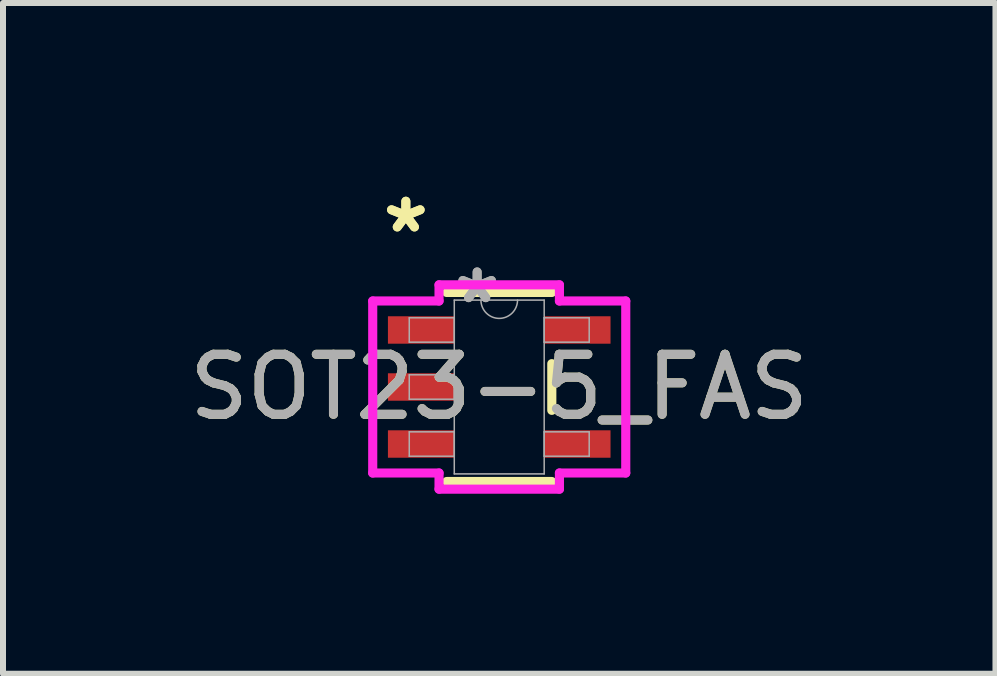
<source format=kicad_pcb>
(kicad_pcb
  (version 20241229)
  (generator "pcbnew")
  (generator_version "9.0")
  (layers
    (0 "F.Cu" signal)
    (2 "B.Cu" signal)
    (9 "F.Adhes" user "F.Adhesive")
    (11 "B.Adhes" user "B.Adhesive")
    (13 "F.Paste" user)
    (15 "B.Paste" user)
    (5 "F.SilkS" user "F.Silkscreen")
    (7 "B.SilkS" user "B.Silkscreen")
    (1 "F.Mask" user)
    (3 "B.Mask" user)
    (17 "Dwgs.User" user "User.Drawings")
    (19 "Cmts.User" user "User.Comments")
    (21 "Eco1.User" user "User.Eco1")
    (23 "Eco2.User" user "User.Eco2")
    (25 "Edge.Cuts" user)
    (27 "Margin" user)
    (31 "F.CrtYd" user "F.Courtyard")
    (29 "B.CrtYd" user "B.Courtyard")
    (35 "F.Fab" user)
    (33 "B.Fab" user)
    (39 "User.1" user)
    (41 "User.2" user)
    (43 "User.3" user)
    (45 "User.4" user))
  (footprint "SOT23-5_FAS"
    (layer "F.Cu")
    (at 5.268 3.398)
    (property "Reference" "SOT23-5_FAS" (at 0 0 0) (unlocked yes) (layer "F.SilkS") (effects (font (size 1 1) (thickness 0.15))))
    (attr smd)
    (fp_line (start -0.876 1.575) (end 0.876 1.575) (stroke (width 0.152) (type solid)) (layer "F.SilkS"))
    (fp_line (start 0.876 -1.575) (end -0.876 -1.575) (stroke (width 0.152) (type solid)) (layer "F.SilkS"))
    (fp_line (start 0.876 0.389) (end 0.876 -0.389) (stroke (width 0.152) (type solid)) (layer "F.SilkS"))
    (fp_line (start -2.108 -1.433) (end -1.003 -1.433) (stroke (width 0.152) (type solid)) (layer "F.CrtYd"))
    (fp_line (start -2.108 1.433) (end -2.108 -1.433) (stroke (width 0.152) (type solid)) (layer "F.CrtYd"))
    (fp_line (start -2.108 1.433) (end -1.003 1.433) (stroke (width 0.152) (type solid)) (layer "F.CrtYd"))
    (fp_line (start -1.003 -1.702) (end 1.003 -1.702) (stroke (width 0.152) (type solid)) (layer "F.CrtYd"))
    (fp_line (start -1.003 -1.433) (end -1.003 -1.702) (stroke (width 0.152) (type solid)) (layer "F.CrtYd"))
    (fp_line (start -1.003 1.702) (end -1.003 1.433) (stroke (width 0.152) (type solid)) (layer "F.CrtYd"))
    (fp_line (start 1.003 -1.702) (end 1.003 -1.433) (stroke (width 0.152) (type solid)) (layer "F.CrtYd"))
    (fp_line (start 1.003 1.433) (end 1.003 1.702) (stroke (width 0.152) (type solid)) (layer "F.CrtYd"))
    (fp_line (start 1.003 1.702) (end -1.003 1.702) (stroke (width 0.152) (type solid)) (layer "F.CrtYd"))
    (fp_line (start 2.108 -1.433) (end 1.003 -1.433) (stroke (width 0.152) (type solid)) (layer "F.CrtYd"))
    (fp_line (start 2.108 -1.433) (end 2.108 1.433) (stroke (width 0.152) (type solid)) (layer "F.CrtYd"))
    (fp_line (start 2.108 1.433) (end 1.003 1.433) (stroke (width 0.152) (type solid)) (layer "F.CrtYd"))
    (fp_line (start -1.499 -1.153) (end -1.499 -0.747) (stroke (width 0.025) (type solid)) (layer "F.Fab"))
    (fp_line (start -1.499 -0.747) (end -0.749 -0.747) (stroke (width 0.025) (type solid)) (layer "F.Fab"))
    (fp_line (start -1.499 -0.203) (end -1.499 0.203) (stroke (width 0.025) (type solid)) (layer "F.Fab"))
    (fp_line (start -1.499 0.203) (end -0.749 0.203) (stroke (width 0.025) (type solid)) (layer "F.Fab"))
    (fp_line (start -1.499 0.747) (end -1.499 1.153) (stroke (width 0.025) (type solid)) (layer "F.Fab"))
    (fp_line (start -1.499 1.153) (end -0.749 1.153) (stroke (width 0.025) (type solid)) (layer "F.Fab"))
    (fp_line (start -0.749 -1.448) (end -0.749 1.448) (stroke (width 0.025) (type solid)) (layer "F.Fab"))
    (fp_line (start -0.749 -1.153) (end -1.499 -1.153) (stroke (width 0.025) (type solid)) (layer "F.Fab"))
    (fp_line (start -0.749 -0.747) (end -0.749 -1.153) (stroke (width 0.025) (type solid)) (layer "F.Fab"))
    (fp_line (start -0.749 -0.203) (end -1.499 -0.203) (stroke (width 0.025) (type solid)) (layer "F.Fab"))
    (fp_line (start -0.749 0.203) (end -0.749 -0.203) (stroke (width 0.025) (type solid)) (layer "F.Fab"))
    (fp_line (start -0.749 0.747) (end -1.499 0.747) (stroke (width 0.025) (type solid)) (layer "F.Fab"))
    (fp_line (start -0.749 1.153) (end -0.749 0.747) (stroke (width 0.025) (type solid)) (layer "F.Fab"))
    (fp_line (start -0.749 1.448) (end 0.749 1.448) (stroke (width 0.025) (type solid)) (layer "F.Fab"))
    (fp_line (start 0.749 -1.448) (end -0.749 -1.448) (stroke (width 0.025) (type solid)) (layer "F.Fab"))
    (fp_line (start 0.749 -1.153) (end 0.749 -0.747) (stroke (width 0.025) (type solid)) (layer "F.Fab"))
    (fp_line (start 0.749 -0.747) (end 1.499 -0.747) (stroke (width 0.025) (type solid)) (layer "F.Fab"))
    (fp_line (start 0.749 0.747) (end 0.749 1.153) (stroke (width 0.025) (type solid)) (layer "F.Fab"))
    (fp_line (start 0.749 1.153) (end 1.499 1.153) (stroke (width 0.025) (type solid)) (layer "F.Fab"))
    (fp_line (start 0.749 1.448) (end 0.749 -1.448) (stroke (width 0.025) (type solid)) (layer "F.Fab"))
    (fp_line (start 1.499 -1.153) (end 0.749 -1.153) (stroke (width 0.025) (type solid)) (layer "F.Fab"))
    (fp_line (start 1.499 -0.747) (end 1.499 -1.153) (stroke (width 0.025) (type solid)) (layer "F.Fab"))
    (fp_line (start 1.499 0.747) (end 0.749 0.747) (stroke (width 0.025) (type solid)) (layer "F.Fab"))
    (fp_line (start 1.499 1.153) (end 1.499 0.747) (stroke (width 0.025) (type solid)) (layer "F.Fab"))
    (fp_arc (start 0.3048 -1.4478) (mid 0 -1.143) (end -0.3048 -1.4478) (stroke (width 0.0254) (type solid)) (layer "F.Fab"))
    (fp_text user "*" (at -1.556 -2.55 0) (layer "F.SilkS") (effects (font (size 1 1) (thickness 0.15))))
    (fp_text user "*" (at -1.556 -2.55 0) (unlocked yes) (layer "F.SilkS") (effects (font (size 1 1) (thickness 0.15))))
    (fp_text user "*" (at -0.368 -1.372 0) (unlocked yes) (layer "F.Fab") (effects (font (size 1 1) (thickness 0.15))))
    (fp_text user "${REFERENCE}" (at 0 0 0) (unlocked yes) (layer "F.Fab") (effects (font (size 1 1) (thickness 0.15))))
    (fp_text user "*" (at -0.368 -1.372 0) (layer "F.Fab") (effects (font (size 1 1) (thickness 0.15))))
    (pad "1" smd rect (at -1.302 -0.95) (size 1.105 0.457) (layers "F.Cu" "F.Mask" "F.Paste"))
    (pad "2" smd rect (at -1.302 0) (size 1.105 0.457) (layers "F.Cu" "F.Mask" "F.Paste"))
    (pad "3" smd rect (at -1.302 0.95) (size 1.105 0.457) (layers "F.Cu" "F.Mask" "F.Paste"))
    (pad "4" smd rect (at 1.302 0.95) (size 1.105 0.457) (layers "F.Cu" "F.Mask" "F.Paste"))
    (pad "5" smd rect (at 1.302 -0.95) (size 1.105 0.457) (layers "F.Cu" "F.Mask" "F.Paste")))
  (gr_rect
    (start -3 -3)
    (end 13.536 8.176)
    (stroke (width 0.1) (type default))
    (fill no)
    (layer "Edge.Cuts")))
</source>
